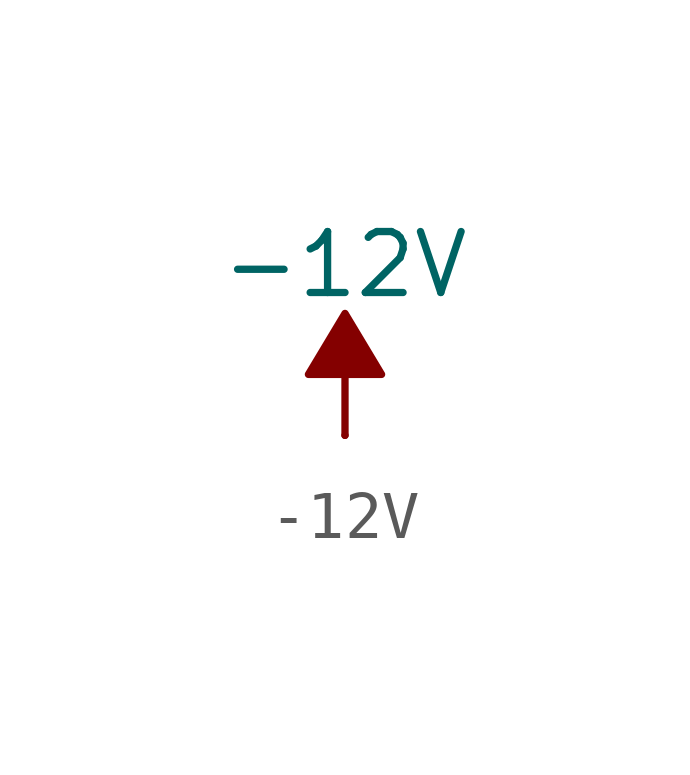
<source format=kicad_sym>
(kicad_symbol_lib
  (version 20231120)
  (generator "kicad_symbol_editor")
  (generator_version "8.0")
  (symbol "-12V"
    (power)
    (pin_numbers hide)
    (pin_names
      (offset 0) hide)
    (property "Reference" "#PWR"
      (at 0 -3.81 0)
      (effects (font (size 1.27 1.27)) (hide yes)))
    (property "Value" "-12V"
      (at 0 3.556 0)
      (effects (font (size 1.27 1.27))))
    (symbol "-12V_0_0"
      (pin power_in line (at 0 0 90) (length 0) (name "~" (effects (font (size 1.27 1.27)))) (number "1" (effects (font (size 1.27 1.27))))))
    (symbol "-12V_0_1"
      (polyline (pts (xy 0 0) (xy 0 1.27) (xy 0.762 1.27) (xy 0 2.54) (xy -0.762 1.27) (xy 0 1.27)) (stroke (width 0) (type default)) (fill (type outline))))))
</source>
